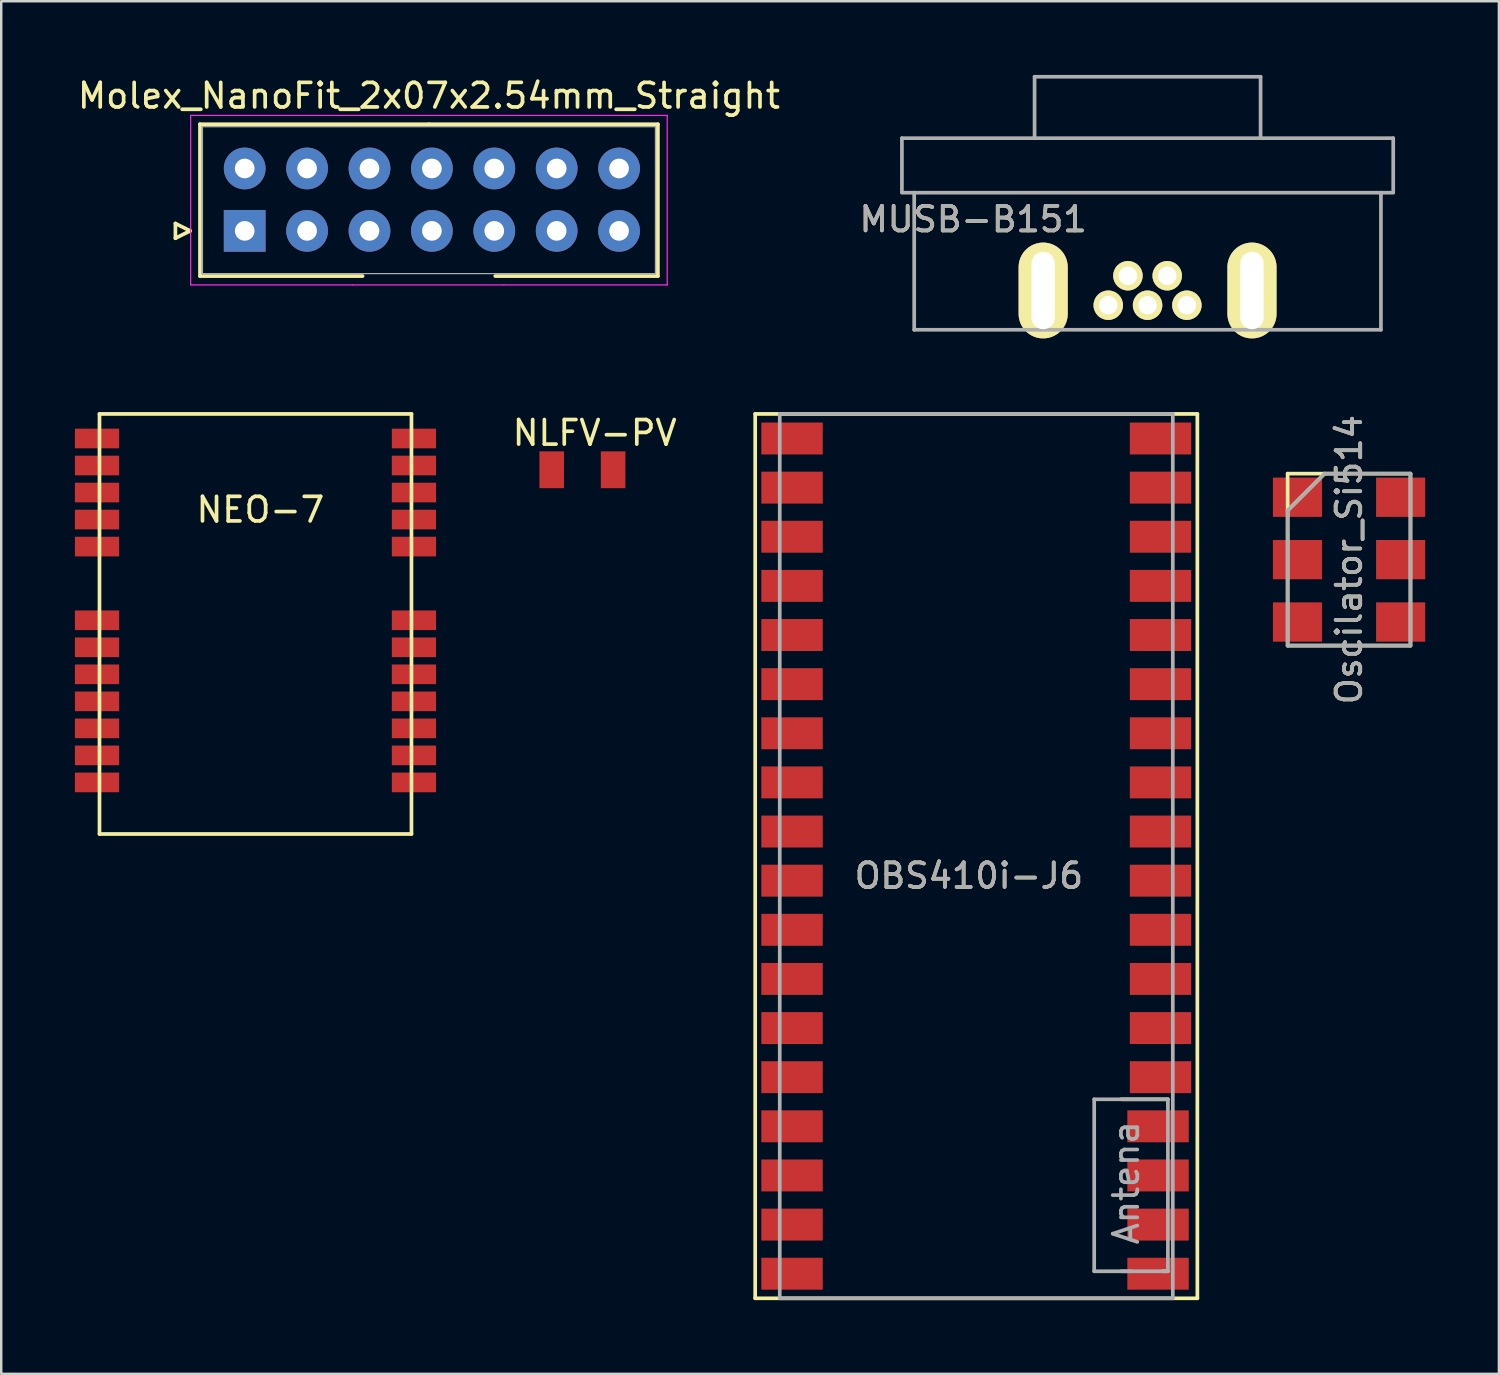
<source format=kicad_pcb>
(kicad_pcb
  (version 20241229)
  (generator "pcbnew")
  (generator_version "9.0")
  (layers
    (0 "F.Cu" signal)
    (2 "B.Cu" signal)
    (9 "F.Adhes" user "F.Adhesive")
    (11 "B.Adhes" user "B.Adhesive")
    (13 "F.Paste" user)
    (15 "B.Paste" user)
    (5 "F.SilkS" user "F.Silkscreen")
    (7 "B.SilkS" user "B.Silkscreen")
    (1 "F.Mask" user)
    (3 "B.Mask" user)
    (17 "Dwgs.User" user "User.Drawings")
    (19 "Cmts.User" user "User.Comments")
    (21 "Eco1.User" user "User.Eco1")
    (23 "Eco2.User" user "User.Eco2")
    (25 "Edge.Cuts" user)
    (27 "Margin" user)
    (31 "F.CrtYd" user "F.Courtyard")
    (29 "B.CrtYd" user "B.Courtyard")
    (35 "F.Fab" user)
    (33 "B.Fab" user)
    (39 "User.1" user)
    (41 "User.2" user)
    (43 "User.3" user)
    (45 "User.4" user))
  (footprint "OBS410i-J6"
    (layer "F.Cu")
    (at 36.692 14.8)
    (property "Reference" "OBS410i-J6" (at -0.3 17.8 0) (layer "F.SilkS") (effects (font (size 1 1) (thickness 0.15))))
    (attr through_hole)
    (fp_line (start -9 -1) (end 9 -1) (stroke (width 0.15) (type solid)) (layer "F.SilkS"))
    (fp_line (start -9 35) (end -9 -1) (stroke (width 0.15) (type solid)) (layer "F.SilkS"))
    (fp_line (start 5.9 26.9) (end 7.8 26.9) (stroke (width 0.15) (type solid)) (layer "F.SilkS"))
    (fp_line (start 7.8 33.9) (end 7.6 33.9) (stroke (width 0.15) (type solid)) (layer "F.SilkS"))
    (fp_line (start 9 -1) (end 9 35) (stroke (width 0.15) (type solid)) (layer "F.SilkS"))
    (fp_line (start 9 35) (end -9 35) (stroke (width 0.15) (type solid)) (layer "F.SilkS"))
    (fp_line (start -8 -1) (end 8 -1) (stroke (width 0.15) (type solid)) (layer "F.Fab"))
    (fp_line (start -8 35) (end -8 -1) (stroke (width 0.15) (type solid)) (layer "F.Fab"))
    (fp_line (start 4.8 26.9) (end 4.8 33.9) (stroke (width 0.15) (type solid)) (layer "F.Fab"))
    (fp_line (start 4.8 33.9) (end 6.3 33.9) (stroke (width 0.15) (type solid)) (layer "F.Fab"))
    (fp_line (start 7.7 33.9) (end 5.9 33.9) (stroke (width 0.15) (type solid)) (layer "F.Fab"))
    (fp_line (start 7.8 26.9) (end 4.8 26.9) (stroke (width 0.15) (type solid)) (layer "F.Fab"))
    (fp_line (start 7.8 26.9) (end 7.8 33.9) (stroke (width 0.15) (type solid)) (layer "F.Fab"))
    (fp_line (start 8 -1) (end 8 35) (stroke (width 0.15) (type solid)) (layer "F.Fab"))
    (fp_line (start 8 35) (end -8 35) (stroke (width 0.15) (type solid)) (layer "F.Fab"))
    (fp_text user "${REFERENCE}" (at -0.3 17.8 0) (layer "F.Fab") (effects (font (size 1 1) (thickness 0.15))))
    (fp_text user "Antena" (at 6.1 30.3 90) (layer "F.Fab") (effects (font (size 1 1) (thickness 0.15))))
    (pad "1" smd rect (at -7.5 0) (size 2.5 1.3) (layers "F.Cu" "F.Mask" "F.Paste"))
    (pad "2" smd rect (at -7.5 2) (size 2.5 1.3) (layers "F.Cu" "F.Mask" "F.Paste"))
    (pad "3" smd rect (at -7.5 4) (size 2.5 1.3) (layers "F.Cu" "F.Mask" "F.Paste"))
    (pad "4" smd rect (at -7.5 6) (size 2.5 1.3) (layers "F.Cu" "F.Mask" "F.Paste"))
    (pad "5" smd rect (at -7.5 8) (size 2.5 1.3) (layers "F.Cu" "F.Mask" "F.Paste"))
    (pad "6" smd rect (at -7.5 10) (size 2.5 1.3) (layers "F.Cu" "F.Mask" "F.Paste"))
    (pad "7" smd rect (at -7.5 12) (size 2.5 1.3) (layers "F.Cu" "F.Mask" "F.Paste"))
    (pad "8" smd rect (at -7.5 14) (size 2.5 1.3) (layers "F.Cu" "F.Mask" "F.Paste"))
    (pad "9" smd rect (at -7.5 16) (size 2.5 1.3) (layers "F.Cu" "F.Mask" "F.Paste"))
    (pad "10" smd rect (at -7.5 18) (size 2.5 1.3) (layers "F.Cu" "F.Mask" "F.Paste"))
    (pad "11" smd rect (at -7.5 20) (size 2.5 1.3) (layers "F.Cu" "F.Mask" "F.Paste"))
    (pad "12" smd rect (at -7.5 22) (size 2.5 1.3) (layers "F.Cu" "F.Mask" "F.Paste"))
    (pad "13" smd rect (at -7.5 24) (size 2.5 1.3) (layers "F.Cu" "F.Mask" "F.Paste"))
    (pad "14" smd rect (at -7.5 26) (size 2.5 1.3) (layers "F.Cu" "F.Mask" "F.Paste"))
    (pad "15" smd rect (at -7.5 28) (size 2.5 1.3) (layers "F.Cu" "F.Mask" "F.Paste"))
    (pad "16" smd rect (at -7.5 30) (size 2.5 1.3) (layers "F.Cu" "F.Mask" "F.Paste"))
    (pad "17" smd rect (at -7.5 32) (size 2.5 1.3) (layers "F.Cu" "F.Mask" "F.Paste"))
    (pad "18" smd rect (at -7.5 34) (size 2.5 1.3) (layers "F.Cu" "F.Mask" "F.Paste"))
    (pad "19" smd rect (at 7.4 34) (size 2.5 1.3) (layers "F.Cu" "F.Mask" "F.Paste"))
    (pad "20" smd rect (at 7.4 32) (size 2.5 1.3) (layers "F.Cu" "F.Mask" "F.Paste"))
    (pad "21" smd rect (at 7.4 30) (size 2.5 1.3) (layers "F.Cu" "F.Mask" "F.Paste"))
    (pad "22" smd rect (at 7.4 28) (size 2.5 1.3) (layers "F.Cu" "F.Mask" "F.Paste"))
    (pad "23" smd rect (at 7.5 26) (size 2.5 1.3) (layers "F.Cu" "F.Mask" "F.Paste"))
    (pad "24" smd rect (at 7.5 24) (size 2.5 1.3) (layers "F.Cu" "F.Mask" "F.Paste"))
    (pad "25" smd rect (at 7.5 22) (size 2.5 1.3) (layers "F.Cu" "F.Mask" "F.Paste"))
    (pad "26" smd rect (at 7.5 20) (size 2.5 1.3) (layers "F.Cu" "F.Mask" "F.Paste"))
    (pad "27" smd rect (at 7.5 18) (size 2.5 1.3) (layers "F.Cu" "F.Mask" "F.Paste"))
    (pad "28" smd rect (at 7.5 16) (size 2.5 1.3) (layers "F.Cu" "F.Mask" "F.Paste"))
    (pad "29" smd rect (at 7.5 14) (size 2.5 1.3) (layers "F.Cu" "F.Mask" "F.Paste"))
    (pad "30" smd rect (at 7.5 12) (size 2.5 1.3) (layers "F.Cu" "F.Mask" "F.Paste"))
    (pad "31" smd rect (at 7.5 10) (size 2.5 1.3) (layers "F.Cu" "F.Mask" "F.Paste"))
    (pad "32" smd rect (at 7.5 8) (size 2.5 1.3) (layers "F.Cu" "F.Mask" "F.Paste"))
    (pad "33" smd rect (at 7.5 6) (size 2.5 1.3) (layers "F.Cu" "F.Mask" "F.Paste"))
    (pad "34" smd rect (at 7.5 4) (size 2.5 1.3) (layers "F.Cu" "F.Mask" "F.Paste"))
    (pad "35" smd rect (at 7.5 2) (size 2.5 1.3) (layers "F.Cu" "F.Mask" "F.Paste"))
    (pad "36" smd rect (at 7.5 0) (size 2.5 1.3) (layers "F.Cu" "F.Mask" "F.Paste")))
  (footprint "NLFV-PV"
    (layer "F.Cu")
    (at 20.658 16.073)
    (property "Reference" "NLFV-PV" (at 0.5 -1.5 0) (layer "F.SilkS") (effects (font (size 1 1) (thickness 0.15))))
    (attr through_hole)
    (pad "1" smd rect (at -1.25 0) (size 1 1.5) (layers "F.Cu" "F.Mask" "F.Paste"))
    (pad "2" smd rect (at 1.25 0) (size 1 1.5) (layers "F.Cu" "F.Mask" "F.Paste")))
  (footprint "NEO-7"
    (layer "F.Cu")
    (at 7.35 34.8)
    (property "Reference" "NEO-7" (at 0.2 -17.1 0) (layer "F.SilkS") (effects (font (size 1 1) (thickness 0.15))))
    (attr through_hole)
    (fp_line (start -6.35 -21) (end -6.35 -3.9) (stroke (width 0.15) (type solid)) (layer "F.SilkS"))
    (fp_line (start -6.35 -21) (end 6.35 -21) (stroke (width 0.15) (type solid)) (layer "F.SilkS"))
    (fp_line (start -6.35 -3.9) (end 6.35 -3.9) (stroke (width 0.15) (type solid)) (layer "F.SilkS"))
    (fp_line (start 6.35 -21) (end 6.35 -3.9) (stroke (width 0.15) (type solid)) (layer "F.SilkS"))
    (pad "1" smd rect (at 6.45 -6) (size 1.8 0.8) (layers "F.Cu" "F.Mask" "F.Paste"))
    (pad "2" smd rect (at 6.45 -7.1) (size 1.8 0.8) (layers "F.Cu" "F.Mask" "F.Paste"))
    (pad "3" smd rect (at 6.45 -8.2) (size 1.8 0.8) (layers "F.Cu" "F.Mask" "F.Paste"))
    (pad "4" smd rect (at 6.45 -9.3) (size 1.8 0.8) (layers "F.Cu" "F.Mask" "F.Paste"))
    (pad "5" smd rect (at 6.45 -10.4) (size 1.8 0.8) (layers "F.Cu" "F.Mask" "F.Paste"))
    (pad "6" smd rect (at 6.45 -11.5) (size 1.8 0.8) (layers "F.Cu" "F.Mask" "F.Paste"))
    (pad "7" smd rect (at 6.45 -12.6) (size 1.8 0.8) (layers "F.Cu" "F.Mask" "F.Paste"))
    (pad "8" smd rect (at 6.45 -15.6) (size 1.8 0.8) (layers "F.Cu" "F.Mask" "F.Paste"))
    (pad "9" smd rect (at 6.45 -16.7) (size 1.8 0.8) (layers "F.Cu" "F.Mask" "F.Paste"))
    (pad "10" smd rect (at 6.45 -17.8) (size 1.8 0.8) (layers "F.Cu" "F.Mask" "F.Paste"))
    (pad "11" smd rect (at 6.45 -18.9) (size 1.8 0.8) (layers "F.Cu" "F.Mask" "F.Paste"))
    (pad "12" smd rect (at 6.45 -20) (size 1.8 0.8) (layers "F.Cu" "F.Mask" "F.Paste"))
    (pad "13" smd rect (at -6.45 -20) (size 1.8 0.8) (layers "F.Cu" "F.Mask" "F.Paste"))
    (pad "14" smd rect (at -6.45 -18.9) (size 1.8 0.8) (layers "F.Cu" "F.Mask" "F.Paste"))
    (pad "15" smd rect (at -6.45 -17.8) (size 1.8 0.8) (layers "F.Cu" "F.Mask" "F.Paste"))
    (pad "16" smd rect (at -6.45 -16.7) (size 1.8 0.8) (layers "F.Cu" "F.Mask" "F.Paste"))
    (pad "17" smd rect (at -6.45 -15.6) (size 1.8 0.8) (layers "F.Cu" "F.Mask" "F.Paste"))
    (pad "18" smd rect (at -6.45 -12.6) (size 1.8 0.8) (layers "F.Cu" "F.Mask" "F.Paste"))
    (pad "19" smd rect (at -6.45 -11.5) (size 1.8 0.8) (layers "F.Cu" "F.Mask" "F.Paste"))
    (pad "20" smd rect (at -6.45 -10.4) (size 1.8 0.8) (layers "F.Cu" "F.Mask" "F.Paste"))
    (pad "21" smd rect (at -6.45 -9.3) (size 1.8 0.8) (layers "F.Cu" "F.Mask" "F.Paste"))
    (pad "22" smd rect (at -6.45 -8.2) (size 1.8 0.8) (layers "F.Cu" "F.Mask" "F.Paste"))
    (pad "23" smd rect (at -6.45 -7.1) (size 1.8 0.8) (layers "F.Cu" "F.Mask" "F.Paste"))
    (pad "24" smd rect (at -6.45 -6) (size 1.8 0.8) (layers "F.Cu" "F.Mask" "F.Paste")))
  (footprint "MUSB-B151"
    (layer "F.Cu")
    (at 43.665 8.775)
    (property "Reference" "MUSB-B151" (at -7.1 -2.9 0) (layer "F.SilkS") (effects (font (size 1 1) (thickness 0.15))))
    (attr through_hole)
    (fp_line (start -10 -6.2) (end 10 -6.2) (stroke (width 0.15) (type solid)) (layer "F.Fab"))
    (fp_line (start -10 -4) (end -10 -6.2) (stroke (width 0.15) (type solid)) (layer "F.Fab"))
    (fp_line (start -9.5 -3.98) (end -10 -3.98) (stroke (width 0.15) (type solid)) (layer "F.Fab"))
    (fp_line (start -9.5 -3.98) (end 9.5 -3.98) (stroke (width 0.15) (type solid)) (layer "F.Fab"))
    (fp_line (start -9.5 1.6) (end -9.5 -3.98) (stroke (width 0.15) (type solid)) (layer "F.Fab"))
    (fp_line (start -9.5 1.6) (end 9.5 1.6) (stroke (width 0.15) (type solid)) (layer "F.Fab"))
    (fp_line (start -4.6 -8.7) (end 4.6 -8.7) (stroke (width 0.15) (type solid)) (layer "F.Fab"))
    (fp_line (start -4.6 -6.2) (end -4.6 -8.7) (stroke (width 0.15) (type solid)) (layer "F.Fab"))
    (fp_line (start 4.6 -8.7) (end 4.6 -6.2) (stroke (width 0.15) (type solid)) (layer "F.Fab"))
    (fp_line (start 9.5 -3.98) (end 10 -3.98) (stroke (width 0.15) (type solid)) (layer "F.Fab"))
    (fp_line (start 9.5 1.6) (end 9.5 -3.98) (stroke (width 0.15) (type solid)) (layer "F.Fab"))
    (fp_line (start 10 -6.2) (end 10 -4) (stroke (width 0.15) (type solid)) (layer "F.Fab"))
    (fp_text user "${REFERENCE}" (at -7.1 -2.9 0) (layer "F.Fab") (effects (font (size 1 1) (thickness 0.15))))
    (pad "1" thru_hole circle (at 1.6 0.6) (size 1.2 1.2) (drill 0.75) (layers "*.Cu" "*.Mask" "F.SilkS"))
    (pad "2" thru_hole circle (at 0.8 -0.6) (size 1.2 1.2) (drill 0.75) (layers "*.Cu" "*.Mask" "F.SilkS"))
    (pad "3" thru_hole circle (at 0 0.6) (size 1.2 1.2) (drill 0.75) (layers "*.Cu" "*.Mask" "F.SilkS"))
    (pad "4" thru_hole circle (at -0.8 -0.6) (size 1.2 1.2) (drill 0.75) (layers "*.Cu" "*.Mask" "F.SilkS"))
    (pad "5" thru_hole circle (at -1.6 0.6) (size 1.2 1.2) (drill 0.75) (layers "*.Cu" "*.Mask" "F.SilkS"))
    (pad "6" thru_hole oval (at -4.25 0) (size 2 3.9) (drill oval 0.95 3.15) (layers "*.Cu" "*.Mask" "F.SilkS"))
    (pad "6" thru_hole oval (at 4.25 0) (size 2 3.9) (drill oval 0.95 3.15) (layers "*.Cu" "*.Mask" "F.SilkS")))
  (footprint "Molex_NanoFit_2x07x2.54mm_Straight"
    (layer "F.Cu")
    (at 6.911 6.348)
    (property "Reference" "Molex_NanoFit_2x07x2.54mm_Straight" (at 7.5 -5.5 0) (layer "F.SilkS") (effects (font (size 1 1) (thickness 0.15))))
    (attr through_hole)
    (fp_line (start -2.82 -0.3) (end -2.22 0) (stroke (width 0.15) (type solid)) (layer "F.SilkS"))
    (fp_line (start -2.82 0.3) (end -2.82 -0.3) (stroke (width 0.15) (type solid)) (layer "F.SilkS"))
    (fp_line (start -2.22 0) (end -2.82 0.3) (stroke (width 0.15) (type solid)) (layer "F.SilkS"))
    (fp_line (start -1.82 -4.34) (end -1.82 1.84) (stroke (width 0.15) (type solid)) (layer "F.SilkS"))
    (fp_line (start -1.82 1.84) (end 4.8 1.84) (stroke (width 0.15) (type solid)) (layer "F.SilkS"))
    (fp_line (start 7.5 -4.34) (end -1.82 -4.34) (stroke (width 0.15) (type solid)) (layer "F.SilkS"))
    (fp_line (start 7.5 -4.34) (end 16.82 -4.34) (stroke (width 0.15) (type solid)) (layer "F.SilkS"))
    (fp_line (start 16.82 -4.34) (end 16.82 1.84) (stroke (width 0.15) (type solid)) (layer "F.SilkS"))
    (fp_line (start 16.82 1.84) (end 10.2 1.84) (stroke (width 0.15) (type solid)) (layer "F.SilkS"))
    (fp_line (start -2.2 -4.7) (end -2.2 2.2) (stroke (width 0.05) (type solid)) (layer "F.CrtYd"))
    (fp_line (start -2.2 2.2) (end 4.4 2.2) (stroke (width 0.05) (type solid)) (layer "F.CrtYd"))
    (fp_line (start 4.4 2.2) (end 10.55 2.2) (stroke (width 0.05) (type solid)) (layer "F.CrtYd"))
    (fp_line (start 10.55 2.2) (end 17.2 2.2) (stroke (width 0.05) (type solid)) (layer "F.CrtYd"))
    (fp_line (start 17.2 -4.7) (end -2.2 -4.7) (stroke (width 0.05) (type solid)) (layer "F.CrtYd"))
    (fp_line (start 17.2 2.2) (end 17.2 -4.7) (stroke (width 0.05) (type solid)) (layer "F.CrtYd"))
    (fp_line (start -1.72 -4.24) (end -1.72 1.74) (stroke (width 0.05) (type solid)) (layer "F.Fab"))
    (fp_line (start -1.72 1.74) (end 16.72 1.74) (stroke (width 0.05) (type solid)) (layer "F.Fab"))
    (fp_line (start 16.72 -4.24) (end -1.72 -4.24) (stroke (width 0.05) (type solid)) (layer "F.Fab"))
    (fp_line (start 16.72 1.74) (end 16.72 -4.24) (stroke (width 0.05) (type solid)) (layer "F.Fab"))
    (pad "1" thru_hole rect (at 0 0) (size 1.7 1.7) (drill 0.8) (layers "*.Cu" "*.Mask"))
    (pad "2" thru_hole circle (at 0 -2.54) (size 1.7 1.7) (drill 0.8) (layers "*.Cu" "*.Mask"))
    (pad "3" thru_hole circle (at 2.54 0) (size 1.7 1.7) (drill 0.8) (layers "*.Cu" "*.Mask"))
    (pad "4" thru_hole circle (at 2.54 -2.54) (size 1.7 1.7) (drill 0.8) (layers "*.Cu" "*.Mask"))
    (pad "5" thru_hole circle (at 5.08 0) (size 1.7 1.7) (drill 0.8) (layers "*.Cu" "*.Mask"))
    (pad "6" thru_hole circle (at 5.08 -2.54) (size 1.7 1.7) (drill 0.8) (layers "*.Cu" "*.Mask"))
    (pad "7" thru_hole circle (at 7.62 0) (size 1.7 1.7) (drill 0.8) (layers "*.Cu" "*.Mask"))
    (pad "8" thru_hole circle (at 7.62 -2.54) (size 1.7 1.7) (drill 0.8) (layers "*.Cu" "*.Mask"))
    (pad "9" thru_hole circle (at 10.16 0) (size 1.7 1.7) (drill 0.8) (layers "*.Cu" "*.Mask"))
    (pad "10" thru_hole circle (at 10.16 -2.54) (size 1.7 1.7) (drill 0.8) (layers "*.Cu" "*.Mask"))
    (pad "11" thru_hole circle (at 12.7 0) (size 1.7 1.7) (drill 0.8) (layers "*.Cu" "*.Mask"))
    (pad "12" thru_hole circle (at 12.7 -2.54) (size 1.7 1.7) (drill 0.8) (layers "*.Cu" "*.Mask"))
    (pad "13" thru_hole circle (at 15.24 0) (size 1.7 1.7) (drill 0.8) (layers "*.Cu" "*.Mask"))
    (pad "14" thru_hole circle (at 15.24 -2.54) (size 1.7 1.7) (drill 0.8) (layers "*.Cu" "*.Mask")))
  (footprint "Oscilator_Si514"
    (layer "F.Cu")
    (at 51.867 19.731)
    (property "Reference" "Oscilator_Si514" (at 0 0 90) (layer "F.SilkS") (effects (font (size 1 1) (thickness 0.15))))
    (attr through_hole)
    (fp_line (start -2.5 -3.5) (end -2.5 3.5) (stroke (width 0.15) (type solid)) (layer "F.SilkS"))
    (fp_line (start -2.5 3.5) (end 2.5 3.5) (stroke (width 0.15) (type solid)) (layer "F.SilkS"))
    (fp_line (start -1 -3.5) (end -2.5 -2) (stroke (width 0.15) (type solid)) (layer "F.SilkS"))
    (fp_line (start 2.5 -3.5) (end -2.5 -3.5) (stroke (width 0.15) (type solid)) (layer "F.SilkS"))
    (fp_line (start 2.5 3.5) (end 2.5 -3.5) (stroke (width 0.15) (type solid)) (layer "F.SilkS"))
    (fp_line (start -2.5 -2) (end -2.5 -1) (stroke (width 0.15) (type solid)) (layer "F.Fab"))
    (fp_line (start -2.5 -1) (end -2.5 3.5) (stroke (width 0.15) (type solid)) (layer "F.Fab"))
    (fp_line (start -2.5 3.5) (end 2.5 3.5) (stroke (width 0.15) (type solid)) (layer "F.Fab"))
    (fp_line (start -1 -3.5) (end -2.5 -2) (stroke (width 0.15) (type solid)) (layer "F.Fab"))
    (fp_line (start 0 -3.5) (end -1 -3.5) (stroke (width 0.15) (type solid)) (layer "F.Fab"))
    (fp_line (start 2.5 -3.5) (end 0 -3.5) (stroke (width 0.15) (type solid)) (layer "F.Fab"))
    (fp_line (start 2.5 3.5) (end 2.5 -3.5) (stroke (width 0.15) (type solid)) (layer "F.Fab"))
    (fp_text user "${REFERENCE}" (at 0 0 90) (layer "F.Fab") (effects (font (size 1 1) (thickness 0.15))))
    (pad "1" smd rect (at -2.1 -2.54) (size 2 1.6) (layers "F.Cu" "F.Mask" "F.Paste"))
    (pad "2" smd rect (at -2.1 0) (size 2 1.6) (layers "F.Cu" "F.Mask" "F.Paste"))
    (pad "3" smd rect (at -2.1 2.54) (size 2 1.6) (layers "F.Cu" "F.Mask" "F.Paste"))
    (pad "4" smd rect (at 2.1 2.54) (size 2 1.6) (layers "F.Cu" "F.Mask" "F.Paste"))
    (pad "5" smd rect (at 2.1 0) (size 2 1.6) (layers "F.Cu" "F.Mask" "F.Paste"))
    (pad "6" smd rect (at 2.1 -2.54) (size 2 1.6) (layers "F.Cu" "F.Mask" "F.Paste")))
  (gr_rect
    (start -3 -3)
    (end 57.967 52.875)
    (stroke (width 0.1) (type default))
    (fill no)
    (layer "Edge.Cuts")))
</source>
